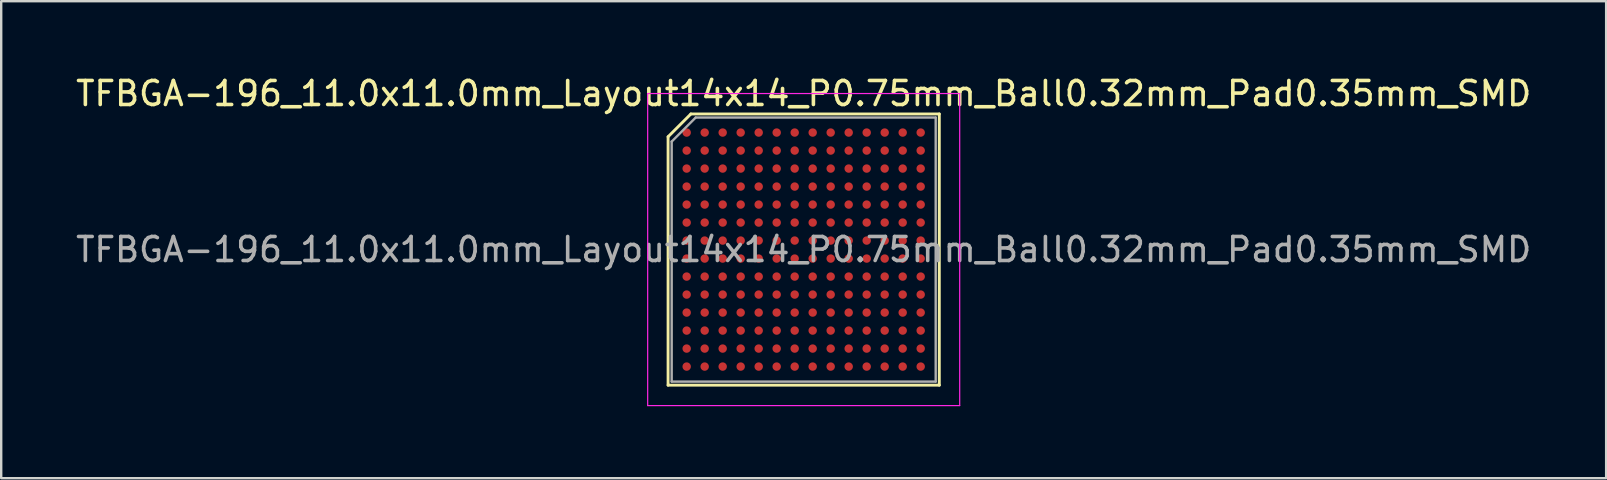
<source format=kicad_pcb>
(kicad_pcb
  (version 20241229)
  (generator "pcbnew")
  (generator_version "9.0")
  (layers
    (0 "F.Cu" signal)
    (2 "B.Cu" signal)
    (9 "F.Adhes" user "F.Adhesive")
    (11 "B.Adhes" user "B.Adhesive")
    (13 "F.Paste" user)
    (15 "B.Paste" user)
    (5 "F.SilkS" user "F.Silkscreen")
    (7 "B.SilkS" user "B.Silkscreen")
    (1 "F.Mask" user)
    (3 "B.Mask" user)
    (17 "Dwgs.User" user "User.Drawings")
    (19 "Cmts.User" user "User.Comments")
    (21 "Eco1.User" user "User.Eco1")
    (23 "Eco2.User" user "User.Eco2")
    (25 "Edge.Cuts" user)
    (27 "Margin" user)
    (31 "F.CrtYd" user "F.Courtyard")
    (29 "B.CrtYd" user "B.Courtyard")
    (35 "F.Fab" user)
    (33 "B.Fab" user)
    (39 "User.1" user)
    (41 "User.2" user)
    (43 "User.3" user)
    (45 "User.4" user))
  (footprint "TFBGA-196_11.0x11.0mm_Layout14x14_P0.75mm_Ball0.32mm_Pad0.35mm_SMD"
    (layer "F.Cu")
    (at 30.435 7.348)
    (property "Reference" "TFBGA-196_11.0x11.0mm_Layout14x14_P0.75mm_Ball0.32mm_Pad0.35mm_SMD" (at 0 -6.5 0) (layer "F.SilkS") (effects (font (size 1 1) (thickness 0.15))))
    (attr smd)
    (fp_line (start -5.65 -4.7) (end -5.65 5.65) (stroke (width 0.12) (type solid)) (layer "F.SilkS"))
    (fp_line (start -5.65 -4.7) (end -4.7 -5.65) (stroke (width 0.12) (type solid)) (layer "F.SilkS"))
    (fp_line (start -5.65 5.65) (end 5.65 5.65) (stroke (width 0.12) (type solid)) (layer "F.SilkS"))
    (fp_line (start -4.7 -5.65) (end 5.65 -5.65) (stroke (width 0.12) (type solid)) (layer "F.SilkS"))
    (fp_line (start 5.65 -5.65) (end 5.65 5.65) (stroke (width 0.12) (type solid)) (layer "F.SilkS"))
    (fp_line (start -6.5 -6.5) (end -6.5 6.5) (stroke (width 0.05) (type solid)) (layer "F.CrtYd"))
    (fp_line (start -6.5 6.5) (end 6.5 6.5) (stroke (width 0.05) (type solid)) (layer "F.CrtYd"))
    (fp_line (start 6.5 -6.5) (end -6.5 -6.5) (stroke (width 0.05) (type solid)) (layer "F.CrtYd"))
    (fp_line (start 6.5 6.5) (end 6.5 -6.5) (stroke (width 0.05) (type solid)) (layer "F.CrtYd"))
    (fp_line (start -5.5 -4.5) (end -5.5 5.5) (stroke (width 0.1) (type solid)) (layer "F.Fab"))
    (fp_line (start -5.5 5.5) (end 5.5 5.5) (stroke (width 0.1) (type solid)) (layer "F.Fab"))
    (fp_line (start -4.5 -5.5) (end -5.5 -4.5) (stroke (width 0.1) (type solid)) (layer "F.Fab"))
    (fp_line (start -4.5 -5.5) (end 5.5 -5.5) (stroke (width 0.1) (type solid)) (layer "F.Fab"))
    (fp_line (start 5.5 -5.5) (end 5.5 5.5) (stroke (width 0.1) (type solid)) (layer "F.Fab"))
    (fp_text user "${REFERENCE}" (at 0 0 0) (layer "F.Fab") (effects (font (size 1 1) (thickness 0.15))))
    (pad "A1" smd circle (at -4.875 -4.875) (size 0.35 0.35) (layers "F.Cu" "F.Mask" "F.Paste"))
    (pad "A2" smd circle (at -4.125 -4.875) (size 0.35 0.35) (layers "F.Cu" "F.Mask" "F.Paste"))
    (pad "A3" smd circle (at -3.375 -4.875) (size 0.35 0.35) (layers "F.Cu" "F.Mask" "F.Paste"))
    (pad "A4" smd circle (at -2.625 -4.875) (size 0.35 0.35) (layers "F.Cu" "F.Mask" "F.Paste"))
    (pad "A5" smd circle (at -1.875 -4.875) (size 0.35 0.35) (layers "F.Cu" "F.Mask" "F.Paste"))
    (pad "A6" smd circle (at -1.125 -4.875) (size 0.35 0.35) (layers "F.Cu" "F.Mask" "F.Paste"))
    (pad "A7" smd circle (at -0.375 -4.875) (size 0.35 0.35) (layers "F.Cu" "F.Mask" "F.Paste"))
    (pad "A8" smd circle (at 0.375 -4.875) (size 0.35 0.35) (layers "F.Cu" "F.Mask" "F.Paste"))
    (pad "A9" smd circle (at 1.125 -4.875) (size 0.35 0.35) (layers "F.Cu" "F.Mask" "F.Paste"))
    (pad "A10" smd circle (at 1.875 -4.875) (size 0.35 0.35) (layers "F.Cu" "F.Mask" "F.Paste"))
    (pad "A11" smd circle (at 2.625 -4.875) (size 0.35 0.35) (layers "F.Cu" "F.Mask" "F.Paste"))
    (pad "A12" smd circle (at 3.375 -4.875) (size 0.35 0.35) (layers "F.Cu" "F.Mask" "F.Paste"))
    (pad "A13" smd circle (at 4.125 -4.875) (size 0.35 0.35) (layers "F.Cu" "F.Mask" "F.Paste"))
    (pad "A14" smd circle (at 4.875 -4.875) (size 0.35 0.35) (layers "F.Cu" "F.Mask" "F.Paste"))
    (pad "B1" smd circle (at -4.875 -4.125) (size 0.35 0.35) (layers "F.Cu" "F.Mask" "F.Paste"))
    (pad "B2" smd circle (at -4.125 -4.125) (size 0.35 0.35) (layers "F.Cu" "F.Mask" "F.Paste"))
    (pad "B3" smd circle (at -3.375 -4.125) (size 0.35 0.35) (layers "F.Cu" "F.Mask" "F.Paste"))
    (pad "B4" smd circle (at -2.625 -4.125) (size 0.35 0.35) (layers "F.Cu" "F.Mask" "F.Paste"))
    (pad "B5" smd circle (at -1.875 -4.125) (size 0.35 0.35) (layers "F.Cu" "F.Mask" "F.Paste"))
    (pad "B6" smd circle (at -1.125 -4.125) (size 0.35 0.35) (layers "F.Cu" "F.Mask" "F.Paste"))
    (pad "B7" smd circle (at -0.375 -4.125) (size 0.35 0.35) (layers "F.Cu" "F.Mask" "F.Paste"))
    (pad "B8" smd circle (at 0.375 -4.125) (size 0.35 0.35) (layers "F.Cu" "F.Mask" "F.Paste"))
    (pad "B9" smd circle (at 1.125 -4.125) (size 0.35 0.35) (layers "F.Cu" "F.Mask" "F.Paste"))
    (pad "B10" smd circle (at 1.875 -4.125) (size 0.35 0.35) (layers "F.Cu" "F.Mask" "F.Paste"))
    (pad "B11" smd circle (at 2.625 -4.125) (size 0.35 0.35) (layers "F.Cu" "F.Mask" "F.Paste"))
    (pad "B12" smd circle (at 3.375 -4.125) (size 0.35 0.35) (layers "F.Cu" "F.Mask" "F.Paste"))
    (pad "B13" smd circle (at 4.125 -4.125) (size 0.35 0.35) (layers "F.Cu" "F.Mask" "F.Paste"))
    (pad "B14" smd circle (at 4.875 -4.125) (size 0.35 0.35) (layers "F.Cu" "F.Mask" "F.Paste"))
    (pad "C1" smd circle (at -4.875 -3.375) (size 0.35 0.35) (layers "F.Cu" "F.Mask" "F.Paste"))
    (pad "C2" smd circle (at -4.125 -3.375) (size 0.35 0.35) (layers "F.Cu" "F.Mask" "F.Paste"))
    (pad "C3" smd circle (at -3.375 -3.375) (size 0.35 0.35) (layers "F.Cu" "F.Mask" "F.Paste"))
    (pad "C4" smd circle (at -2.625 -3.375) (size 0.35 0.35) (layers "F.Cu" "F.Mask" "F.Paste"))
    (pad "C5" smd circle (at -1.875 -3.375) (size 0.35 0.35) (layers "F.Cu" "F.Mask" "F.Paste"))
    (pad "C6" smd circle (at -1.125 -3.375) (size 0.35 0.35) (layers "F.Cu" "F.Mask" "F.Paste"))
    (pad "C7" smd circle (at -0.375 -3.375) (size 0.35 0.35) (layers "F.Cu" "F.Mask" "F.Paste"))
    (pad "C8" smd circle (at 0.375 -3.375) (size 0.35 0.35) (layers "F.Cu" "F.Mask" "F.Paste"))
    (pad "C9" smd circle (at 1.125 -3.375) (size 0.35 0.35) (layers "F.Cu" "F.Mask" "F.Paste"))
    (pad "C10" smd circle (at 1.875 -3.375) (size 0.35 0.35) (layers "F.Cu" "F.Mask" "F.Paste"))
    (pad "C11" smd circle (at 2.625 -3.375) (size 0.35 0.35) (layers "F.Cu" "F.Mask" "F.Paste"))
    (pad "C12" smd circle (at 3.375 -3.375) (size 0.35 0.35) (layers "F.Cu" "F.Mask" "F.Paste"))
    (pad "C13" smd circle (at 4.125 -3.375) (size 0.35 0.35) (layers "F.Cu" "F.Mask" "F.Paste"))
    (pad "C14" smd circle (at 4.875 -3.375) (size 0.35 0.35) (layers "F.Cu" "F.Mask" "F.Paste"))
    (pad "D1" smd circle (at -4.875 -2.625) (size 0.35 0.35) (layers "F.Cu" "F.Mask" "F.Paste"))
    (pad "D2" smd circle (at -4.125 -2.625) (size 0.35 0.35) (layers "F.Cu" "F.Mask" "F.Paste"))
    (pad "D3" smd circle (at -3.375 -2.625) (size 0.35 0.35) (layers "F.Cu" "F.Mask" "F.Paste"))
    (pad "D4" smd circle (at -2.625 -2.625) (size 0.35 0.35) (layers "F.Cu" "F.Mask" "F.Paste"))
    (pad "D5" smd circle (at -1.875 -2.625) (size 0.35 0.35) (layers "F.Cu" "F.Mask" "F.Paste"))
    (pad "D6" smd circle (at -1.125 -2.625) (size 0.35 0.35) (layers "F.Cu" "F.Mask" "F.Paste"))
    (pad "D7" smd circle (at -0.375 -2.625) (size 0.35 0.35) (layers "F.Cu" "F.Mask" "F.Paste"))
    (pad "D8" smd circle (at 0.375 -2.625) (size 0.35 0.35) (layers "F.Cu" "F.Mask" "F.Paste"))
    (pad "D9" smd circle (at 1.125 -2.625) (size 0.35 0.35) (layers "F.Cu" "F.Mask" "F.Paste"))
    (pad "D10" smd circle (at 1.875 -2.625) (size 0.35 0.35) (layers "F.Cu" "F.Mask" "F.Paste"))
    (pad "D11" smd circle (at 2.625 -2.625) (size 0.35 0.35) (layers "F.Cu" "F.Mask" "F.Paste"))
    (pad "D12" smd circle (at 3.375 -2.625) (size 0.35 0.35) (layers "F.Cu" "F.Mask" "F.Paste"))
    (pad "D13" smd circle (at 4.125 -2.625) (size 0.35 0.35) (layers "F.Cu" "F.Mask" "F.Paste"))
    (pad "D14" smd circle (at 4.875 -2.625) (size 0.35 0.35) (layers "F.Cu" "F.Mask" "F.Paste"))
    (pad "E1" smd circle (at -4.875 -1.875) (size 0.35 0.35) (layers "F.Cu" "F.Mask" "F.Paste"))
    (pad "E2" smd circle (at -4.125 -1.875) (size 0.35 0.35) (layers "F.Cu" "F.Mask" "F.Paste"))
    (pad "E3" smd circle (at -3.375 -1.875) (size 0.35 0.35) (layers "F.Cu" "F.Mask" "F.Paste"))
    (pad "E4" smd circle (at -2.625 -1.875) (size 0.35 0.35) (layers "F.Cu" "F.Mask" "F.Paste"))
    (pad "E5" smd circle (at -1.875 -1.875) (size 0.35 0.35) (layers "F.Cu" "F.Mask" "F.Paste"))
    (pad "E6" smd circle (at -1.125 -1.875) (size 0.35 0.35) (layers "F.Cu" "F.Mask" "F.Paste"))
    (pad "E7" smd circle (at -0.375 -1.875) (size 0.35 0.35) (layers "F.Cu" "F.Mask" "F.Paste"))
    (pad "E8" smd circle (at 0.375 -1.875) (size 0.35 0.35) (layers "F.Cu" "F.Mask" "F.Paste"))
    (pad "E9" smd circle (at 1.125 -1.875) (size 0.35 0.35) (layers "F.Cu" "F.Mask" "F.Paste"))
    (pad "E10" smd circle (at 1.875 -1.875) (size 0.35 0.35) (layers "F.Cu" "F.Mask" "F.Paste"))
    (pad "E11" smd circle (at 2.625 -1.875) (size 0.35 0.35) (layers "F.Cu" "F.Mask" "F.Paste"))
    (pad "E12" smd circle (at 3.375 -1.875) (size 0.35 0.35) (layers "F.Cu" "F.Mask" "F.Paste"))
    (pad "E13" smd circle (at 4.125 -1.875) (size 0.35 0.35) (layers "F.Cu" "F.Mask" "F.Paste"))
    (pad "E14" smd circle (at 4.875 -1.875) (size 0.35 0.35) (layers "F.Cu" "F.Mask" "F.Paste"))
    (pad "F1" smd circle (at -4.875 -1.125) (size 0.35 0.35) (layers "F.Cu" "F.Mask" "F.Paste"))
    (pad "F2" smd circle (at -4.125 -1.125) (size 0.35 0.35) (layers "F.Cu" "F.Mask" "F.Paste"))
    (pad "F3" smd circle (at -3.375 -1.125) (size 0.35 0.35) (layers "F.Cu" "F.Mask" "F.Paste"))
    (pad "F4" smd circle (at -2.625 -1.125) (size 0.35 0.35) (layers "F.Cu" "F.Mask" "F.Paste"))
    (pad "F5" smd circle (at -1.875 -1.125) (size 0.35 0.35) (layers "F.Cu" "F.Mask" "F.Paste"))
    (pad "F6" smd circle (at -1.125 -1.125) (size 0.35 0.35) (layers "F.Cu" "F.Mask" "F.Paste"))
    (pad "F7" smd circle (at -0.375 -1.125) (size 0.35 0.35) (layers "F.Cu" "F.Mask" "F.Paste"))
    (pad "F8" smd circle (at 0.375 -1.125) (size 0.35 0.35) (layers "F.Cu" "F.Mask" "F.Paste"))
    (pad "F9" smd circle (at 1.125 -1.125) (size 0.35 0.35) (layers "F.Cu" "F.Mask" "F.Paste"))
    (pad "F10" smd circle (at 1.875 -1.125) (size 0.35 0.35) (layers "F.Cu" "F.Mask" "F.Paste"))
    (pad "F11" smd circle (at 2.625 -1.125) (size 0.35 0.35) (layers "F.Cu" "F.Mask" "F.Paste"))
    (pad "F12" smd circle (at 3.375 -1.125) (size 0.35 0.35) (layers "F.Cu" "F.Mask" "F.Paste"))
    (pad "F13" smd circle (at 4.125 -1.125) (size 0.35 0.35) (layers "F.Cu" "F.Mask" "F.Paste"))
    (pad "F14" smd circle (at 4.875 -1.125) (size 0.35 0.35) (layers "F.Cu" "F.Mask" "F.Paste"))
    (pad "G1" smd circle (at -4.875 -0.375) (size 0.35 0.35) (layers "F.Cu" "F.Mask" "F.Paste"))
    (pad "G2" smd circle (at -4.125 -0.375) (size 0.35 0.35) (layers "F.Cu" "F.Mask" "F.Paste"))
    (pad "G3" smd circle (at -3.375 -0.375) (size 0.35 0.35) (layers "F.Cu" "F.Mask" "F.Paste"))
    (pad "G4" smd circle (at -2.625 -0.375) (size 0.35 0.35) (layers "F.Cu" "F.Mask" "F.Paste"))
    (pad "G5" smd circle (at -1.875 -0.375) (size 0.35 0.35) (layers "F.Cu" "F.Mask" "F.Paste"))
    (pad "G6" smd circle (at -1.125 -0.375) (size 0.35 0.35) (layers "F.Cu" "F.Mask" "F.Paste"))
    (pad "G7" smd circle (at -0.375 -0.375) (size 0.35 0.35) (layers "F.Cu" "F.Mask" "F.Paste"))
    (pad "G8" smd circle (at 0.375 -0.375) (size 0.35 0.35) (layers "F.Cu" "F.Mask" "F.Paste"))
    (pad "G9" smd circle (at 1.125 -0.375) (size 0.35 0.35) (layers "F.Cu" "F.Mask" "F.Paste"))
    (pad "G10" smd circle (at 1.875 -0.375) (size 0.35 0.35) (layers "F.Cu" "F.Mask" "F.Paste"))
    (pad "G11" smd circle (at 2.625 -0.375) (size 0.35 0.35) (layers "F.Cu" "F.Mask" "F.Paste"))
    (pad "G12" smd circle (at 3.375 -0.375) (size 0.35 0.35) (layers "F.Cu" "F.Mask" "F.Paste"))
    (pad "G13" smd circle (at 4.125 -0.375) (size 0.35 0.35) (layers "F.Cu" "F.Mask" "F.Paste"))
    (pad "G14" smd circle (at 4.875 -0.375) (size 0.35 0.35) (layers "F.Cu" "F.Mask" "F.Paste"))
    (pad "H1" smd circle (at -4.875 0.375) (size 0.35 0.35) (layers "F.Cu" "F.Mask" "F.Paste"))
    (pad "H2" smd circle (at -4.125 0.375) (size 0.35 0.35) (layers "F.Cu" "F.Mask" "F.Paste"))
    (pad "H3" smd circle (at -3.375 0.375) (size 0.35 0.35) (layers "F.Cu" "F.Mask" "F.Paste"))
    (pad "H4" smd circle (at -2.625 0.375) (size 0.35 0.35) (layers "F.Cu" "F.Mask" "F.Paste"))
    (pad "H5" smd circle (at -1.875 0.375) (size 0.35 0.35) (layers "F.Cu" "F.Mask" "F.Paste"))
    (pad "H6" smd circle (at -1.125 0.375) (size 0.35 0.35) (layers "F.Cu" "F.Mask" "F.Paste"))
    (pad "H7" smd circle (at -0.375 0.375) (size 0.35 0.35) (layers "F.Cu" "F.Mask" "F.Paste"))
    (pad "H8" smd circle (at 0.375 0.375) (size 0.35 0.35) (layers "F.Cu" "F.Mask" "F.Paste"))
    (pad "H9" smd circle (at 1.125 0.375) (size 0.35 0.35) (layers "F.Cu" "F.Mask" "F.Paste"))
    (pad "H10" smd circle (at 1.875 0.375) (size 0.35 0.35) (layers "F.Cu" "F.Mask" "F.Paste"))
    (pad "H11" smd circle (at 2.625 0.375) (size 0.35 0.35) (layers "F.Cu" "F.Mask" "F.Paste"))
    (pad "H12" smd circle (at 3.375 0.375) (size 0.35 0.35) (layers "F.Cu" "F.Mask" "F.Paste"))
    (pad "H13" smd circle (at 4.125 0.375) (size 0.35 0.35) (layers "F.Cu" "F.Mask" "F.Paste"))
    (pad "H14" smd circle (at 4.875 0.375) (size 0.35 0.35) (layers "F.Cu" "F.Mask" "F.Paste"))
    (pad "J1" smd circle (at -4.875 1.125) (size 0.35 0.35) (layers "F.Cu" "F.Mask" "F.Paste"))
    (pad "J2" smd circle (at -4.125 1.125) (size 0.35 0.35) (layers "F.Cu" "F.Mask" "F.Paste"))
    (pad "J3" smd circle (at -3.375 1.125) (size 0.35 0.35) (layers "F.Cu" "F.Mask" "F.Paste"))
    (pad "J4" smd circle (at -2.625 1.125) (size 0.35 0.35) (layers "F.Cu" "F.Mask" "F.Paste"))
    (pad "J5" smd circle (at -1.875 1.125) (size 0.35 0.35) (layers "F.Cu" "F.Mask" "F.Paste"))
    (pad "J6" smd circle (at -1.125 1.125) (size 0.35 0.35) (layers "F.Cu" "F.Mask" "F.Paste"))
    (pad "J7" smd circle (at -0.375 1.125) (size 0.35 0.35) (layers "F.Cu" "F.Mask" "F.Paste"))
    (pad "J8" smd circle (at 0.375 1.125) (size 0.35 0.35) (layers "F.Cu" "F.Mask" "F.Paste"))
    (pad "J9" smd circle (at 1.125 1.125) (size 0.35 0.35) (layers "F.Cu" "F.Mask" "F.Paste"))
    (pad "J10" smd circle (at 1.875 1.125) (size 0.35 0.35) (layers "F.Cu" "F.Mask" "F.Paste"))
    (pad "J11" smd circle (at 2.625 1.125) (size 0.35 0.35) (layers "F.Cu" "F.Mask" "F.Paste"))
    (pad "J12" smd circle (at 3.375 1.125) (size 0.35 0.35) (layers "F.Cu" "F.Mask" "F.Paste"))
    (pad "J13" smd circle (at 4.125 1.125) (size 0.35 0.35) (layers "F.Cu" "F.Mask" "F.Paste"))
    (pad "J14" smd circle (at 4.875 1.125) (size 0.35 0.35) (layers "F.Cu" "F.Mask" "F.Paste"))
    (pad "K1" smd circle (at -4.875 1.875) (size 0.35 0.35) (layers "F.Cu" "F.Mask" "F.Paste"))
    (pad "K2" smd circle (at -4.125 1.875) (size 0.35 0.35) (layers "F.Cu" "F.Mask" "F.Paste"))
    (pad "K3" smd circle (at -3.375 1.875) (size 0.35 0.35) (layers "F.Cu" "F.Mask" "F.Paste"))
    (pad "K4" smd circle (at -2.625 1.875) (size 0.35 0.35) (layers "F.Cu" "F.Mask" "F.Paste"))
    (pad "K5" smd circle (at -1.875 1.875) (size 0.35 0.35) (layers "F.Cu" "F.Mask" "F.Paste"))
    (pad "K6" smd circle (at -1.125 1.875) (size 0.35 0.35) (layers "F.Cu" "F.Mask" "F.Paste"))
    (pad "K7" smd circle (at -0.375 1.875) (size 0.35 0.35) (layers "F.Cu" "F.Mask" "F.Paste"))
    (pad "K8" smd circle (at 0.375 1.875) (size 0.35 0.35) (layers "F.Cu" "F.Mask" "F.Paste"))
    (pad "K9" smd circle (at 1.125 1.875) (size 0.35 0.35) (layers "F.Cu" "F.Mask" "F.Paste"))
    (pad "K10" smd circle (at 1.875 1.875) (size 0.35 0.35) (layers "F.Cu" "F.Mask" "F.Paste"))
    (pad "K11" smd circle (at 2.625 1.875) (size 0.35 0.35) (layers "F.Cu" "F.Mask" "F.Paste"))
    (pad "K12" smd circle (at 3.375 1.875) (size 0.35 0.35) (layers "F.Cu" "F.Mask" "F.Paste"))
    (pad "K13" smd circle (at 4.125 1.875) (size 0.35 0.35) (layers "F.Cu" "F.Mask" "F.Paste"))
    (pad "K14" smd circle (at 4.875 1.875) (size 0.35 0.35) (layers "F.Cu" "F.Mask" "F.Paste"))
    (pad "L1" smd circle (at -4.875 2.625) (size 0.35 0.35) (layers "F.Cu" "F.Mask" "F.Paste"))
    (pad "L2" smd circle (at -4.125 2.625) (size 0.35 0.35) (layers "F.Cu" "F.Mask" "F.Paste"))
    (pad "L3" smd circle (at -3.375 2.625) (size 0.35 0.35) (layers "F.Cu" "F.Mask" "F.Paste"))
    (pad "L4" smd circle (at -2.625 2.625) (size 0.35 0.35) (layers "F.Cu" "F.Mask" "F.Paste"))
    (pad "L5" smd circle (at -1.875 2.625) (size 0.35 0.35) (layers "F.Cu" "F.Mask" "F.Paste"))
    (pad "L6" smd circle (at -1.125 2.625) (size 0.35 0.35) (layers "F.Cu" "F.Mask" "F.Paste"))
    (pad "L7" smd circle (at -0.375 2.625) (size 0.35 0.35) (layers "F.Cu" "F.Mask" "F.Paste"))
    (pad "L8" smd circle (at 0.375 2.625) (size 0.35 0.35) (layers "F.Cu" "F.Mask" "F.Paste"))
    (pad "L9" smd circle (at 1.125 2.625) (size 0.35 0.35) (layers "F.Cu" "F.Mask" "F.Paste"))
    (pad "L10" smd circle (at 1.875 2.625) (size 0.35 0.35) (layers "F.Cu" "F.Mask" "F.Paste"))
    (pad "L11" smd circle (at 2.625 2.625) (size 0.35 0.35) (layers "F.Cu" "F.Mask" "F.Paste"))
    (pad "L12" smd circle (at 3.375 2.625) (size 0.35 0.35) (layers "F.Cu" "F.Mask" "F.Paste"))
    (pad "L13" smd circle (at 4.125 2.625) (size 0.35 0.35) (layers "F.Cu" "F.Mask" "F.Paste"))
    (pad "L14" smd circle (at 4.875 2.625) (size 0.35 0.35) (layers "F.Cu" "F.Mask" "F.Paste"))
    (pad "M1" smd circle (at -4.875 3.375) (size 0.35 0.35) (layers "F.Cu" "F.Mask" "F.Paste"))
    (pad "M2" smd circle (at -4.125 3.375) (size 0.35 0.35) (layers "F.Cu" "F.Mask" "F.Paste"))
    (pad "M3" smd circle (at -3.375 3.375) (size 0.35 0.35) (layers "F.Cu" "F.Mask" "F.Paste"))
    (pad "M4" smd circle (at -2.625 3.375) (size 0.35 0.35) (layers "F.Cu" "F.Mask" "F.Paste"))
    (pad "M5" smd circle (at -1.875 3.375) (size 0.35 0.35) (layers "F.Cu" "F.Mask" "F.Paste"))
    (pad "M6" smd circle (at -1.125 3.375) (size 0.35 0.35) (layers "F.Cu" "F.Mask" "F.Paste"))
    (pad "M7" smd circle (at -0.375 3.375) (size 0.35 0.35) (layers "F.Cu" "F.Mask" "F.Paste"))
    (pad "M8" smd circle (at 0.375 3.375) (size 0.35 0.35) (layers "F.Cu" "F.Mask" "F.Paste"))
    (pad "M9" smd circle (at 1.125 3.375) (size 0.35 0.35) (layers "F.Cu" "F.Mask" "F.Paste"))
    (pad "M10" smd circle (at 1.875 3.375) (size 0.35 0.35) (layers "F.Cu" "F.Mask" "F.Paste"))
    (pad "M11" smd circle (at 2.625 3.375) (size 0.35 0.35) (layers "F.Cu" "F.Mask" "F.Paste"))
    (pad "M12" smd circle (at 3.375 3.375) (size 0.35 0.35) (layers "F.Cu" "F.Mask" "F.Paste"))
    (pad "M13" smd circle (at 4.125 3.375) (size 0.35 0.35) (layers "F.Cu" "F.Mask" "F.Paste"))
    (pad "M14" smd circle (at 4.875 3.375) (size 0.35 0.35) (layers "F.Cu" "F.Mask" "F.Paste"))
    (pad "N1" smd circle (at -4.875 4.125) (size 0.35 0.35) (layers "F.Cu" "F.Mask" "F.Paste"))
    (pad "N2" smd circle (at -4.125 4.125) (size 0.35 0.35) (layers "F.Cu" "F.Mask" "F.Paste"))
    (pad "N3" smd circle (at -3.375 4.125) (size 0.35 0.35) (layers "F.Cu" "F.Mask" "F.Paste"))
    (pad "N4" smd circle (at -2.625 4.125) (size 0.35 0.35) (layers "F.Cu" "F.Mask" "F.Paste"))
    (pad "N5" smd circle (at -1.875 4.125) (size 0.35 0.35) (layers "F.Cu" "F.Mask" "F.Paste"))
    (pad "N6" smd circle (at -1.125 4.125) (size 0.35 0.35) (layers "F.Cu" "F.Mask" "F.Paste"))
    (pad "N7" smd circle (at -0.375 4.125) (size 0.35 0.35) (layers "F.Cu" "F.Mask" "F.Paste"))
    (pad "N8" smd circle (at 0.375 4.125) (size 0.35 0.35) (layers "F.Cu" "F.Mask" "F.Paste"))
    (pad "N9" smd circle (at 1.125 4.125) (size 0.35 0.35) (layers "F.Cu" "F.Mask" "F.Paste"))
    (pad "N10" smd circle (at 1.875 4.125) (size 0.35 0.35) (layers "F.Cu" "F.Mask" "F.Paste"))
    (pad "N11" smd circle (at 2.625 4.125) (size 0.35 0.35) (layers "F.Cu" "F.Mask" "F.Paste"))
    (pad "N12" smd circle (at 3.375 4.125) (size 0.35 0.35) (layers "F.Cu" "F.Mask" "F.Paste"))
    (pad "N13" smd circle (at 4.125 4.125) (size 0.35 0.35) (layers "F.Cu" "F.Mask" "F.Paste"))
    (pad "N14" smd circle (at 4.875 4.125) (size 0.35 0.35) (layers "F.Cu" "F.Mask" "F.Paste"))
    (pad "P1" smd circle (at -4.875 4.875) (size 0.35 0.35) (layers "F.Cu" "F.Mask" "F.Paste"))
    (pad "P2" smd circle (at -4.125 4.875) (size 0.35 0.35) (layers "F.Cu" "F.Mask" "F.Paste"))
    (pad "P3" smd circle (at -3.375 4.875) (size 0.35 0.35) (layers "F.Cu" "F.Mask" "F.Paste"))
    (pad "P4" smd circle (at -2.625 4.875) (size 0.35 0.35) (layers "F.Cu" "F.Mask" "F.Paste"))
    (pad "P5" smd circle (at -1.875 4.875) (size 0.35 0.35) (layers "F.Cu" "F.Mask" "F.Paste"))
    (pad "P6" smd circle (at -1.125 4.875) (size 0.35 0.35) (layers "F.Cu" "F.Mask" "F.Paste"))
    (pad "P7" smd circle (at -0.375 4.875) (size 0.35 0.35) (layers "F.Cu" "F.Mask" "F.Paste"))
    (pad "P8" smd circle (at 0.375 4.875) (size 0.35 0.35) (layers "F.Cu" "F.Mask" "F.Paste"))
    (pad "P9" smd circle (at 1.125 4.875) (size 0.35 0.35) (layers "F.Cu" "F.Mask" "F.Paste"))
    (pad "P10" smd circle (at 1.875 4.875) (size 0.35 0.35) (layers "F.Cu" "F.Mask" "F.Paste"))
    (pad "P11" smd circle (at 2.625 4.875) (size 0.35 0.35) (layers "F.Cu" "F.Mask" "F.Paste"))
    (pad "P12" smd circle (at 3.375 4.875) (size 0.35 0.35) (layers "F.Cu" "F.Mask" "F.Paste"))
    (pad "P13" smd circle (at 4.125 4.875) (size 0.35 0.35) (layers "F.Cu" "F.Mask" "F.Paste"))
    (pad "P14" smd circle (at 4.875 4.875) (size 0.35 0.35) (layers "F.Cu" "F.Mask" "F.Paste")))
  (gr_rect
    (start -3 -3)
    (end 63.869 16.873)
    (stroke (width 0.1) (type default))
    (fill no)
    (layer "Edge.Cuts")))
</source>
